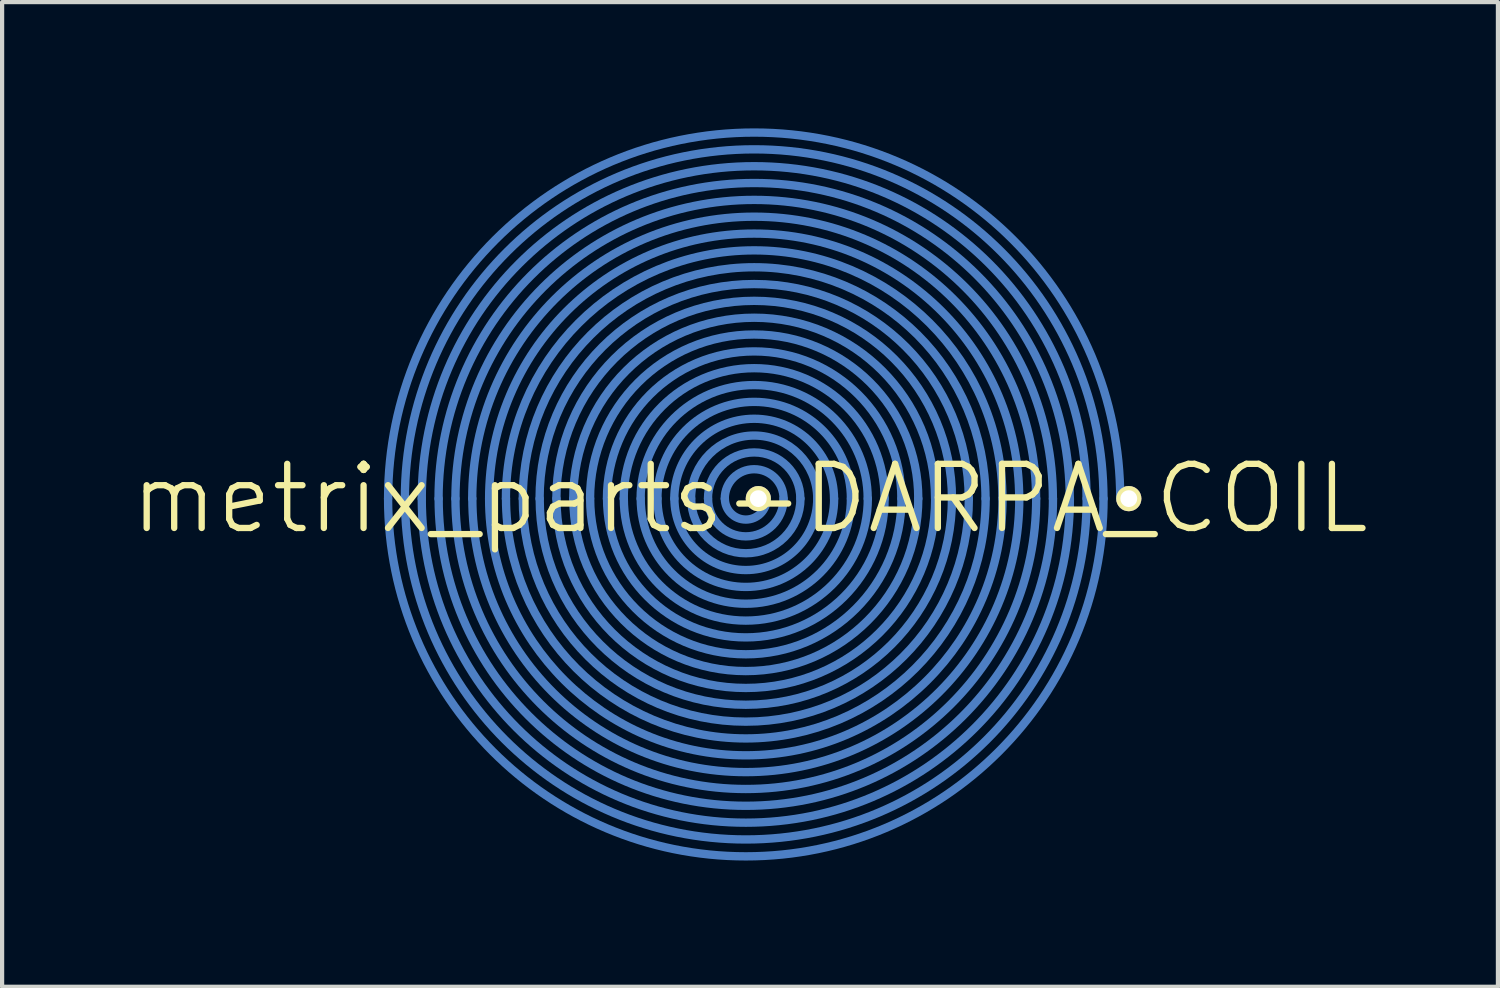
<source format=kicad_pcb>
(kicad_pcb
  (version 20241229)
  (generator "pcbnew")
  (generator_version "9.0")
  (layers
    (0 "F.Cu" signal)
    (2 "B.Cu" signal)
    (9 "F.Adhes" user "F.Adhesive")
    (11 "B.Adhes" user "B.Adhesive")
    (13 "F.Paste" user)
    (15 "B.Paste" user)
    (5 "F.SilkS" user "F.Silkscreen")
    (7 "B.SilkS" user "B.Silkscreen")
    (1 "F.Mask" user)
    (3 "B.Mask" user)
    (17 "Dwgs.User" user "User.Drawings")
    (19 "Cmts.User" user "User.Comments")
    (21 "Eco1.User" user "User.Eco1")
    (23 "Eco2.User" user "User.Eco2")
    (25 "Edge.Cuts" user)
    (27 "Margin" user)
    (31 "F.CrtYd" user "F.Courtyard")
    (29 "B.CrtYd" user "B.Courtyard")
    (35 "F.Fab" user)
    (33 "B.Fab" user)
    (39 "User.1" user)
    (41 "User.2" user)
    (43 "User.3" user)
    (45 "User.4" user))
  (footprint "metrix_parts-DARPA_COIL"
    (layer "F.Cu")
    (at 14.768 8.796)
    (property "Reference" "metrix_parts-DARPA_COIL" (at 0 0 0) (layer "F.SilkS") (effects (font (size 1.524 1.524) (thickness 0.15))))
    (attr through_hole)
    (fp_arc (start -8.5979 0) (mid 0.0991 -8.697) (end 8.7961 0) (stroke (width 0.1981) (type solid)) (layer "B.Cu"))
    (fp_arc (start -8.1991 0) (mid 0.0991 -8.2982) (end 8.3973 0) (stroke (width 0.1981) (type solid)) (layer "B.Cu"))
    (fp_arc (start -7.7978 0) (mid 0.0991 -7.8969) (end 7.996 0) (stroke (width 0.1981) (type solid)) (layer "B.Cu"))
    (fp_arc (start -7.399 0) (mid 0.0991 -7.4981) (end 7.5972 0) (stroke (width 0.1981) (type solid)) (layer "B.Cu"))
    (fp_arc (start -6.9977 0) (mid 0.0991 -7.0968) (end 7.1959 0) (stroke (width 0.1981) (type solid)) (layer "B.Cu"))
    (fp_arc (start -6.5989 0) (mid 0.0991 -6.698) (end 6.7971 0) (stroke (width 0.1981) (type solid)) (layer "B.Cu"))
    (fp_arc (start -6.1976 0) (mid 0.0991 -6.2967) (end 6.3958 0) (stroke (width 0.1981) (type solid)) (layer "B.Cu"))
    (fp_arc (start -5.7988 0) (mid 0.0991 -5.8979) (end 5.997 0) (stroke (width 0.1981) (type solid)) (layer "B.Cu"))
    (fp_arc (start -5.3975 0) (mid 0.0991 -5.4966) (end 5.5957 0) (stroke (width 0.1981) (type solid)) (layer "B.Cu"))
    (fp_arc (start -4.9987 0) (mid 0.0991 -5.0978) (end 5.1969 0) (stroke (width 0.1981) (type solid)) (layer "B.Cu"))
    (fp_arc (start -4.5999 0) (mid 0.0991 -4.699) (end 4.7981 0) (stroke (width 0.1981) (type solid)) (layer "B.Cu"))
    (fp_arc (start -4.1986 0) (mid 0.0991 -4.2977) (end 4.3968 0) (stroke (width 0.1981) (type solid)) (layer "B.Cu"))
    (fp_arc (start -3.7998 0) (mid 0.0991 -3.8989) (end 3.998 0) (stroke (width 0.1981) (type solid)) (layer "B.Cu"))
    (fp_arc (start -3.3985 0) (mid 0.0991 -3.4976) (end 3.5967 0) (stroke (width 0.1981) (type solid)) (layer "B.Cu"))
    (fp_arc (start -2.9997 0) (mid 0.0991 -3.0988) (end 3.1979 0) (stroke (width 0.1981) (type solid)) (layer "B.Cu"))
    (fp_arc (start -2.5984 0) (mid 0.0991 -2.6975) (end 2.7966 0) (stroke (width 0.1981) (type solid)) (layer "B.Cu"))
    (fp_arc (start -2.1996 0) (mid 0.0991 -2.2987) (end 2.3978 0) (stroke (width 0.1981) (type solid)) (layer "B.Cu"))
    (fp_arc (start -1.7983 0) (mid 0.0991 -1.8974) (end 1.9965 0) (stroke (width 0.1981) (type solid)) (layer "B.Cu"))
    (fp_arc (start -1.3995 0) (mid 0.0991 -1.4986) (end 1.5977 0) (stroke (width 0.1981) (type solid)) (layer "B.Cu"))
    (fp_arc (start -0.9982 0) (mid 0.0991 -1.0973) (end 1.1964 0) (stroke (width 0.1981) (type solid)) (layer "B.Cu"))
    (fp_arc (start -0.5994 0) (mid 0.0991 -0.6985) (end 0.7976 0) (stroke (width 0.1981) (type solid)) (layer "B.Cu"))
    (fp_arc (start 0.3988 0) (mid -0.0991 0.4979) (end -0.597 0) (stroke (width 0.1981) (type solid)) (layer "B.Cu"))
    (fp_arc (start 0.7976 0) (mid -0.0991 0.8967) (end -0.9958 0) (stroke (width 0.1981) (type solid)) (layer "B.Cu"))
    (fp_arc (start 1.1989 0) (mid -0.0991 1.298) (end -1.3971 0) (stroke (width 0.1981) (type solid)) (layer "B.Cu"))
    (fp_arc (start 1.5977 0) (mid -0.0991 1.6968) (end -1.7959 0) (stroke (width 0.1981) (type solid)) (layer "B.Cu"))
    (fp_arc (start 1.999 0) (mid -0.0991 2.0981) (end -2.1972 0) (stroke (width 0.1981) (type solid)) (layer "B.Cu"))
    (fp_arc (start 2.3978 0) (mid -0.0991 2.4969) (end -2.596 0) (stroke (width 0.1981) (type solid)) (layer "B.Cu"))
    (fp_arc (start 2.7991 0) (mid -0.0991 2.8982) (end -2.9973 0) (stroke (width 0.1981) (type solid)) (layer "B.Cu"))
    (fp_arc (start 3.1979 0) (mid -0.0991 3.297) (end -3.3961 0) (stroke (width 0.1981) (type solid)) (layer "B.Cu"))
    (fp_arc (start 3.5992 0) (mid -0.0991 3.6983) (end -3.7974 0) (stroke (width 0.1981) (type solid)) (layer "B.Cu"))
    (fp_arc (start 3.998 0) (mid -0.0991 4.0971) (end -4.1962 0) (stroke (width 0.1981) (type solid)) (layer "B.Cu"))
    (fp_arc (start 4.3993 0) (mid -0.0991 4.4984) (end -4.5975 0) (stroke (width 0.1981) (type solid)) (layer "B.Cu"))
    (fp_arc (start 4.7981 0) (mid -0.0991 4.8972) (end -4.9963 0) (stroke (width 0.1981) (type solid)) (layer "B.Cu"))
    (fp_arc (start 5.1994 0) (mid -0.0991 5.2985) (end -5.3976 0) (stroke (width 0.1981) (type solid)) (layer "B.Cu"))
    (fp_arc (start 5.5982 0) (mid -0.0991 5.6973) (end -5.7964 0) (stroke (width 0.1981) (type solid)) (layer "B.Cu"))
    (fp_arc (start 5.9995 0) (mid -0.0991 6.0986) (end -6.1977 0) (stroke (width 0.1981) (type solid)) (layer "B.Cu"))
    (fp_arc (start 6.3983 0) (mid -0.0991 6.4974) (end -6.5965 0) (stroke (width 0.1981) (type solid)) (layer "B.Cu"))
    (fp_arc (start 6.7996 0) (mid -0.0991 6.8987) (end -6.9978 0) (stroke (width 0.1981) (type solid)) (layer "B.Cu"))
    (fp_arc (start 7.1984 0) (mid -0.0991 7.2975) (end -7.3966 0) (stroke (width 0.1981) (type solid)) (layer "B.Cu"))
    (fp_arc (start 7.5997 0) (mid -0.0991 7.6988) (end -7.7979 0) (stroke (width 0.1981) (type solid)) (layer "B.Cu"))
    (fp_arc (start 7.9985 0) (mid -0.0991 8.0976) (end -8.1967 0) (stroke (width 0.1981) (type solid)) (layer "B.Cu"))
    (fp_arc (start 8.3998 0) (mid -0.0991 8.4989) (end -8.598 0) (stroke (width 0.1981) (type solid)) (layer "B.Cu"))
    (pad "P$1" thru_hole circle (at 0.198 0) (size 0.599 0.599) (drill 0.399) (layers "*.Cu" "F.Mask" "F.SilkS" "F.Paste"))
    (pad "P$2" thru_hole circle (at 8.999 0) (size 0.599 0.599) (drill 0.399) (layers "*.Cu" "F.Mask" "F.SilkS" "F.Paste")))
  (gr_rect
    (start -3 -3)
    (end 32.537 20.394)
    (stroke (width 0.1) (type default))
    (fill no)
    (layer "Edge.Cuts")))
</source>
